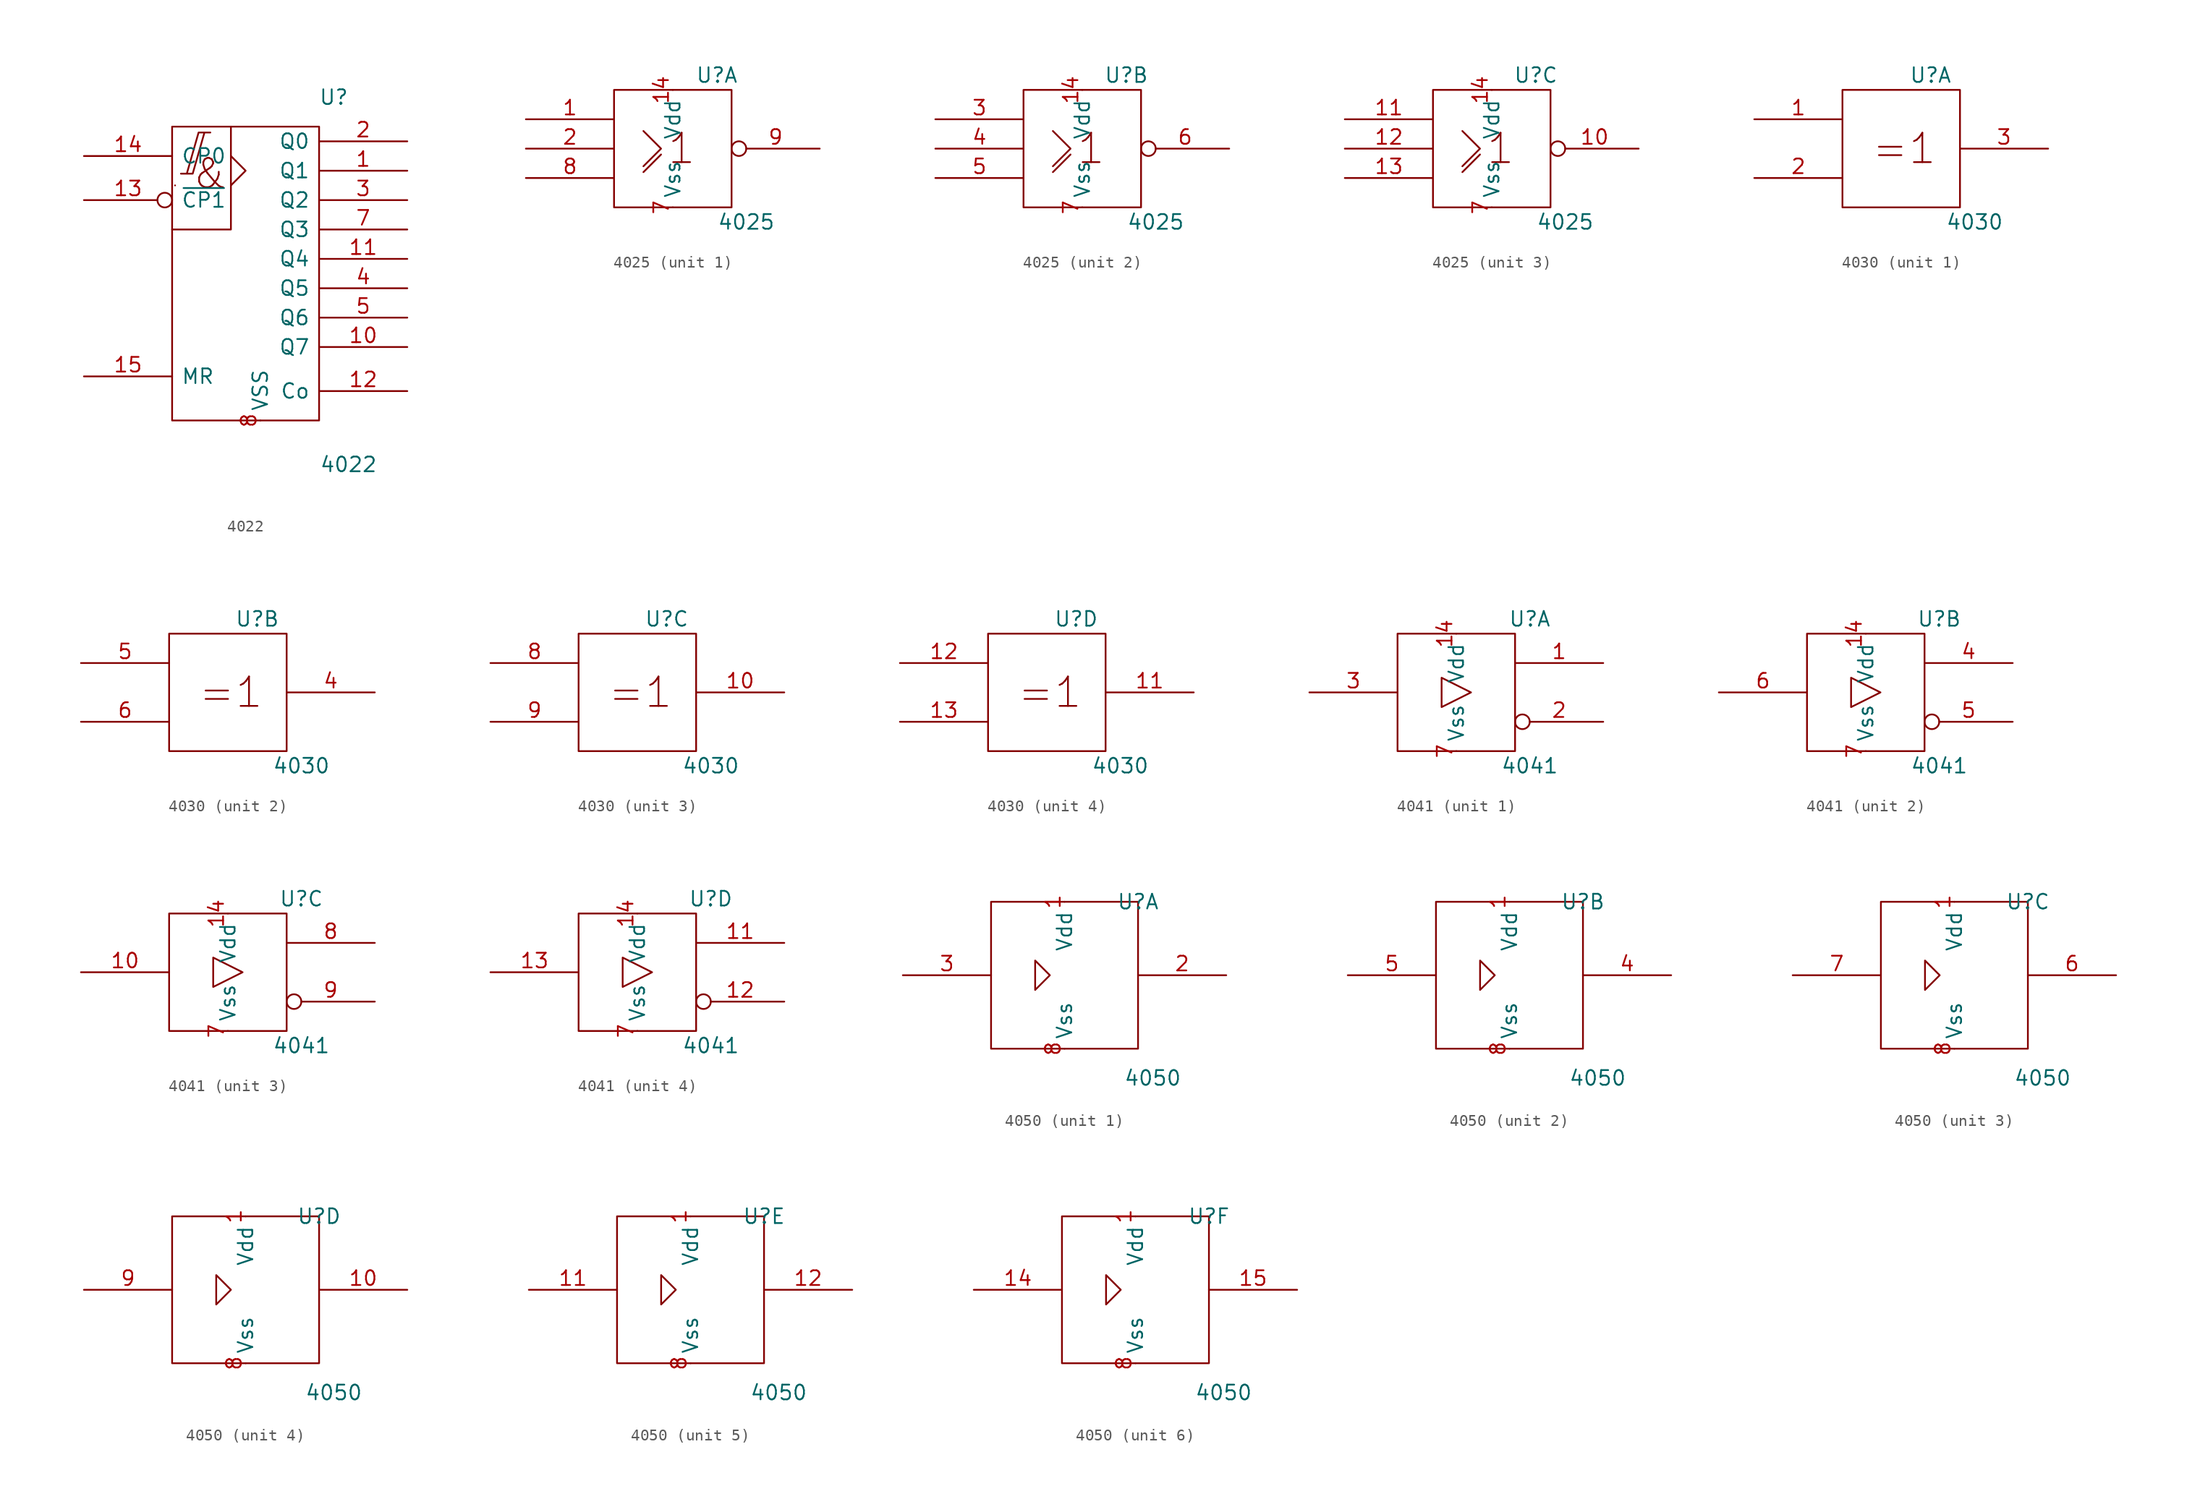
<source format=kicad_sym>
(kicad_symbol_lib
  (version 20211014)
  (generator kicad_symbol_editor)
  (symbol "4022"
    (pin_names
      (offset 0.762))
    (property "Reference" "U"
      (at 7.62 15.24 0)
      (effects (font (size 1.27 1.27))))
    (property "Value" "4022"
      (at 8.89 -16.51 0)
      (effects (font (size 1.27 1.27))))
    (symbol "4022_0_0"
      (polyline (pts (xy -6.096 7.62) (xy -6.096 7.62) (xy -6.096 7.62) (xy -6.096 7.62)) (stroke (width 0) (type default) (color 0 0 0 0)) (fill (type none)))
      (polyline (pts (xy -1.27 10.16) (xy 0 8.89) (xy -1.27 7.62) (xy -1.27 7.62)) (stroke (width 0) (type default) (color 0 0 0 0)) (fill (type none)))
      (polyline (pts (xy -1.27 12.7) (xy -1.27 3.81) (xy -6.35 3.81) (xy -6.35 3.81)) (stroke (width 0) (type default) (color 0 0 0 0)) (fill (type none)))
      (polyline (pts (xy -5.588 8.636) (xy -4.572 8.636) (xy -3.556 12.192) (xy -3.048 12.192) (xy -4.064 12.192) (xy -5.08 8.636) (xy -5.08 8.636)) (stroke (width 0) (type default) (color 0 0 0 0)) (fill (type none)))
      (text "&" (at -3.048 8.636 0) (effects (font (size 2.54 2.54))))
      (pin power_in line (at 1.27 12.7 270) (length 0) hide (name "VDD" (effects (font (size 1.27 1.27)))) (number "16" (effects (font (size 1.27 1.27)))))
      (pin power_in line (at 1.27 -12.7 90) (length 0) (name "VSS" (effects (font (size 1.27 1.27)))) (number "8" (effects (font (size 1.27 1.27))))))
    (symbol "4022_0_1"
      (rectangle (start -6.35 12.7) (end 6.35 -12.7) (stroke (width 0) (type default) (color 0 0 0 0)) (fill (type none))))
    (symbol "4022_1_1"
      (pin output line (at 13.97 8.89 180) (length 7.62) (name "Q1" (effects (font (size 1.27 1.27)))) (number "1" (effects (font (size 1.27 1.27)))))
      (pin output line (at 13.97 -6.35 180) (length 7.62) (name "Q7" (effects (font (size 1.27 1.27)))) (number "10" (effects (font (size 1.27 1.27)))))
      (pin output line (at 13.97 1.27 180) (length 7.62) (name "Q4" (effects (font (size 1.27 1.27)))) (number "11" (effects (font (size 1.27 1.27)))))
      (pin output line (at 13.97 -10.16 180) (length 7.62) (name "Co" (effects (font (size 1.27 1.27)))) (number "12" (effects (font (size 1.27 1.27)))))
      (pin input inverted (at -13.97 6.35 0) (length 7.62) (name "~{CP1}" (effects (font (size 1.27 1.27)))) (number "13" (effects (font (size 1.27 1.27)))))
      (pin output line (at -13.97 10.16 0) (length 7.62) (name "CP0" (effects (font (size 1.27 1.27)))) (number "14" (effects (font (size 1.27 1.27)))))
      (pin input line (at -13.97 -8.89 0) (length 7.62) (name "MR" (effects (font (size 1.27 1.27)))) (number "15" (effects (font (size 1.27 1.27)))))
      (pin output line (at 13.97 11.43 180) (length 7.62) (name "Q0" (effects (font (size 1.27 1.27)))) (number "2" (effects (font (size 1.27 1.27)))))
      (pin output line (at 13.97 6.35 180) (length 7.62) (name "Q2" (effects (font (size 1.27 1.27)))) (number "3" (effects (font (size 1.27 1.27)))))
      (pin output line (at 13.97 -1.27 180) (length 7.62) (name "Q5" (effects (font (size 1.27 1.27)))) (number "4" (effects (font (size 1.27 1.27)))))
      (pin output line (at 13.97 -3.81 180) (length 7.62) (name "Q6" (effects (font (size 1.27 1.27)))) (number "5" (effects (font (size 1.27 1.27)))))
      (pin output line (at 13.97 3.81 180) (length 7.62) (name "Q3" (effects (font (size 1.27 1.27)))) (number "7" (effects (font (size 1.27 1.27)))))))
  (symbol "4025"
    (pin_names
      (offset 0.762))
    (property "Reference" "U"
      (at 3.81 6.35 0)
      (effects (font (size 1.27 1.27))))
    (property "Value" "4025"
      (at 6.35 -6.35 0)
      (effects (font (size 1.27 1.27))))
    (symbol "4025_0_0"
      (rectangle (start -5.08 5.08) (end 5.08 -5.08) (stroke (width 0) (type default) (color 0 0 0 0)) (fill (type none)))
      (polyline (pts (xy -2.54 -2.032) (xy -1.016 -0.508) (xy -1.016 -0.508)) (stroke (width 0) (type default) (color 0 0 0 0)) (fill (type none)))
      (polyline (pts (xy -2.54 1.524) (xy -1.016 0) (xy -2.54 -1.524) (xy -2.54 -1.524)) (stroke (width 0) (type default) (color 0 0 0 0)) (fill (type none)))
      (text "1" (at 0.762 0 0) (effects (font (size 2.54 2.54))))
      (pin power_in line (at 0 5.08 270) (length 0) (name "Vdd" (effects (font (size 1.27 1.27)))) (number "14" (effects (font (size 1.27 1.27)))))
      (pin power_in line (at 0 -5.08 90) (length 0) (name "Vss" (effects (font (size 1.27 1.27)))) (number "7" (effects (font (size 1.27 1.27))))))
    (symbol "4025_1_1"
      (pin input line (at -12.7 2.54 0) (length 7.62) (name "~" (effects (font (size 1.27 1.27)))) (number "1" (effects (font (size 1.27 1.27)))))
      (pin input line (at -12.7 0 0) (length 7.62) (name "~" (effects (font (size 1.27 1.27)))) (number "2" (effects (font (size 1.27 1.27)))))
      (pin input line (at -12.7 -2.54 0) (length 7.62) (name "~" (effects (font (size 1.27 1.27)))) (number "8" (effects (font (size 1.27 1.27)))))
      (pin output inverted (at 12.7 0 180) (length 7.62) (name "~" (effects (font (size 1.27 1.27)))) (number "9" (effects (font (size 1.27 1.27))))))
    (symbol "4025_2_1"
      (pin input line (at -12.7 2.54 0) (length 7.62) (name "~" (effects (font (size 1.27 1.27)))) (number "3" (effects (font (size 1.27 1.27)))))
      (pin input line (at -12.7 0 0) (length 7.62) (name "~" (effects (font (size 1.27 1.27)))) (number "4" (effects (font (size 1.27 1.27)))))
      (pin input line (at -12.7 -2.54 0) (length 7.62) (name "~" (effects (font (size 1.27 1.27)))) (number "5" (effects (font (size 1.27 1.27)))))
      (pin output inverted (at 12.7 0 180) (length 7.62) (name "~" (effects (font (size 1.27 1.27)))) (number "6" (effects (font (size 1.27 1.27))))))
    (symbol "4025_3_1"
      (pin output inverted (at 12.7 0 180) (length 7.62) (name "~" (effects (font (size 1.27 1.27)))) (number "10" (effects (font (size 1.27 1.27)))))
      (pin input line (at -12.7 2.54 0) (length 7.62) (name "~" (effects (font (size 1.27 1.27)))) (number "11" (effects (font (size 1.27 1.27)))))
      (pin input line (at -12.7 0 0) (length 7.62) (name "~" (effects (font (size 1.27 1.27)))) (number "12" (effects (font (size 1.27 1.27)))))
      (pin input line (at -12.7 -2.54 0) (length 7.62) (name "~" (effects (font (size 1.27 1.27)))) (number "13" (effects (font (size 1.27 1.27)))))))
  (symbol "4030"
    (pin_names
      (offset 0.762))
    (property "Reference" "U"
      (at 2.54 6.35 0)
      (effects (font (size 1.27 1.27))))
    (property "Value" "4030"
      (at 6.35 -6.35 0)
      (effects (font (size 1.27 1.27))))
    (symbol "4030_0_0"
      (rectangle (start -5.08 5.08) (end 5.08 -5.08) (stroke (width 0) (type default) (color 0 0 0 0)) (fill (type none)))
      (text "=1" (at 0.254 0 0) (effects (font (size 2.54 2.54))))
      (pin power_in line (at 0 5.08 270) (length 0) hide (name "Vdd" (effects (font (size 1.27 1.27)))) (number "14" (effects (font (size 1.27 1.27)))))
      (pin power_in line (at 0 -5.08 90) (length 0) hide (name "Vss" (effects (font (size 1.27 1.27)))) (number "7" (effects (font (size 1.27 1.27))))))
    (symbol "4030_1_1"
      (pin input line (at -12.7 2.54 0) (length 7.62) (name "~" (effects (font (size 1.27 1.27)))) (number "1" (effects (font (size 1.27 1.27)))))
      (pin input line (at -12.7 -2.54 0) (length 7.62) (name "~" (effects (font (size 1.27 1.27)))) (number "2" (effects (font (size 1.27 1.27)))))
      (pin output line (at 12.7 0 180) (length 7.62) (name "~" (effects (font (size 1.27 1.27)))) (number "3" (effects (font (size 1.27 1.27))))))
    (symbol "4030_2_1"
      (pin output line (at 12.7 0 180) (length 7.62) (name "~" (effects (font (size 1.27 1.27)))) (number "4" (effects (font (size 1.27 1.27)))))
      (pin input line (at -12.7 2.54 0) (length 7.62) (name "~" (effects (font (size 1.27 1.27)))) (number "5" (effects (font (size 1.27 1.27)))))
      (pin input line (at -12.7 -2.54 0) (length 7.62) (name "~" (effects (font (size 1.27 1.27)))) (number "6" (effects (font (size 1.27 1.27))))))
    (symbol "4030_3_1"
      (pin output line (at 12.7 0 180) (length 7.62) (name "~" (effects (font (size 1.27 1.27)))) (number "10" (effects (font (size 1.27 1.27)))))
      (pin input line (at -12.7 2.54 0) (length 7.62) (name "~" (effects (font (size 1.27 1.27)))) (number "8" (effects (font (size 1.27 1.27)))))
      (pin input line (at -12.7 -2.54 0) (length 7.62) (name "~" (effects (font (size 1.27 1.27)))) (number "9" (effects (font (size 1.27 1.27))))))
    (symbol "4030_4_1"
      (pin output line (at 12.7 0 180) (length 7.62) (name "~" (effects (font (size 1.27 1.27)))) (number "11" (effects (font (size 1.27 1.27)))))
      (pin input line (at -12.7 2.54 0) (length 7.62) (name "~" (effects (font (size 1.27 1.27)))) (number "12" (effects (font (size 1.27 1.27)))))
      (pin input line (at -12.7 -2.54 0) (length 7.62) (name "~" (effects (font (size 1.27 1.27)))) (number "13" (effects (font (size 1.27 1.27)))))))
  (symbol "4041"
    (pin_names
      (offset 0.762))
    (property "Reference" "U"
      (at 6.35 6.35 0)
      (effects (font (size 1.27 1.27))))
    (property "Value" "4041"
      (at 6.35 -6.35 0)
      (effects (font (size 1.27 1.27))))
    (symbol "4041_0_0"
      (rectangle (start -5.08 5.08) (end 5.08 -5.08) (stroke (width 0) (type default) (color 0 0 0 0)) (fill (type none)))
      (polyline (pts (xy -1.27 1.27) (xy -1.27 -1.27) (xy 1.27 0) (xy -1.27 1.27) (xy -1.27 1.27)) (stroke (width 0) (type default) (color 0 0 0 0)) (fill (type none))))
    (symbol "4041_0_1"
      (pin power_in line (at 0 5.08 270) (length 0) (name "Vdd" (effects (font (size 1.27 1.27)))) (number "14" (effects (font (size 1.27 1.27)))))
      (pin power_in line (at 0 -5.08 90) (length 0) (name "Vss" (effects (font (size 1.27 1.27)))) (number "7" (effects (font (size 1.27 1.27))))))
    (symbol "4041_1_1"
      (pin output line (at 12.7 2.54 180) (length 7.62) (name "~" (effects (font (size 1.27 1.27)))) (number "1" (effects (font (size 1.27 1.27)))))
      (pin output inverted (at 12.7 -2.54 180) (length 7.62) (name "~" (effects (font (size 1.27 1.27)))) (number "2" (effects (font (size 1.27 1.27)))))
      (pin output line (at -12.7 0 0) (length 7.62) (name "~" (effects (font (size 1.27 1.27)))) (number "3" (effects (font (size 1.27 1.27))))))
    (symbol "4041_2_1"
      (pin output line (at 12.7 2.54 180) (length 7.62) (name "~" (effects (font (size 1.27 1.27)))) (number "4" (effects (font (size 1.27 1.27)))))
      (pin output inverted (at 12.7 -2.54 180) (length 7.62) (name "~" (effects (font (size 1.27 1.27)))) (number "5" (effects (font (size 1.27 1.27)))))
      (pin output line (at -12.7 0 0) (length 7.62) (name "~" (effects (font (size 1.27 1.27)))) (number "6" (effects (font (size 1.27 1.27))))))
    (symbol "4041_3_1"
      (pin output line (at -12.7 0 0) (length 7.62) (name "~" (effects (font (size 1.27 1.27)))) (number "10" (effects (font (size 1.27 1.27)))))
      (pin output line (at 12.7 2.54 180) (length 7.62) (name "~" (effects (font (size 1.27 1.27)))) (number "8" (effects (font (size 1.27 1.27)))))
      (pin output inverted (at 12.7 -2.54 180) (length 7.62) (name "~" (effects (font (size 1.27 1.27)))) (number "9" (effects (font (size 1.27 1.27))))))
    (symbol "4041_4_1"
      (pin output line (at 12.7 2.54 180) (length 7.62) (name "~" (effects (font (size 1.27 1.27)))) (number "11" (effects (font (size 1.27 1.27)))))
      (pin output inverted (at 12.7 -2.54 180) (length 7.62) (name "~" (effects (font (size 1.27 1.27)))) (number "12" (effects (font (size 1.27 1.27)))))
      (pin output line (at -12.7 0 0) (length 7.62) (name "~" (effects (font (size 1.27 1.27)))) (number "13" (effects (font (size 1.27 1.27)))))))
  (symbol "4050"
    (pin_names
      (offset 0.762))
    (property "Reference" "U"
      (at 6.35 6.35 0)
      (effects (font (size 1.27 1.27))))
    (property "Value" "4050"
      (at 7.62 -8.89 0)
      (effects (font (size 1.27 1.27))))
    (symbol "4050_0_0"
      (polyline (pts (xy -2.54 1.27) (xy -2.54 -1.27) (xy -1.27 0) (xy -2.54 1.27) (xy -2.54 1.27)) (stroke (width 0) (type default) (color 0 0 0 0)) (fill (type none)))
      (pin power_in line (at 0 6.35 270) (length 0) (name "Vdd" (effects (font (size 1.27 1.27)))) (number "1" (effects (font (size 1.27 1.27)))))
      (pin power_in line (at 0 -6.35 90) (length 0) (name "Vss" (effects (font (size 1.27 1.27)))) (number "8" (effects (font (size 1.27 1.27))))))
    (symbol "4050_0_1"
      (rectangle (start -6.35 6.35) (end 6.35 -6.35) (stroke (width 0) (type default) (color 0 0 0 0)) (fill (type none))))
    (symbol "4050_1_1"
      (pin output line (at 13.97 0 180) (length 7.62) (name "~" (effects (font (size 1.27 1.27)))) (number "2" (effects (font (size 1.27 1.27)))))
      (pin input line (at -13.97 0 0) (length 7.62) (name "~" (effects (font (size 1.27 1.27)))) (number "3" (effects (font (size 1.27 1.27))))))
    (symbol "4050_2_1"
      (pin output line (at 13.97 0 180) (length 7.62) (name "~" (effects (font (size 1.27 1.27)))) (number "4" (effects (font (size 1.27 1.27)))))
      (pin input line (at -13.97 0 0) (length 7.62) (name "~" (effects (font (size 1.27 1.27)))) (number "5" (effects (font (size 1.27 1.27))))))
    (symbol "4050_3_1"
      (pin output line (at 13.97 0 180) (length 7.62) (name "~" (effects (font (size 1.27 1.27)))) (number "6" (effects (font (size 1.27 1.27)))))
      (pin input line (at -13.97 0 0) (length 7.62) (name "~" (effects (font (size 1.27 1.27)))) (number "7" (effects (font (size 1.27 1.27))))))
    (symbol "4050_4_1"
      (pin output line (at 13.97 0 180) (length 7.62) (name "~" (effects (font (size 1.27 1.27)))) (number "10" (effects (font (size 1.27 1.27)))))
      (pin input line (at -13.97 0 0) (length 7.62) (name "~" (effects (font (size 1.27 1.27)))) (number "9" (effects (font (size 1.27 1.27))))))
    (symbol "4050_5_1"
      (pin input line (at -13.97 0 0) (length 7.62) (name "~" (effects (font (size 1.27 1.27)))) (number "11" (effects (font (size 1.27 1.27)))))
      (pin output line (at 13.97 0 180) (length 7.62) (name "~" (effects (font (size 1.27 1.27)))) (number "12" (effects (font (size 1.27 1.27))))))
    (symbol "4050_6_1"
      (pin input line (at -13.97 0 0) (length 7.62) (name "~" (effects (font (size 1.27 1.27)))) (number "14" (effects (font (size 1.27 1.27)))))
      (pin output line (at 13.97 0 180) (length 7.62) (name "~" (effects (font (size 1.27 1.27)))) (number "15" (effects (font (size 1.27 1.27))))))))
</source>
